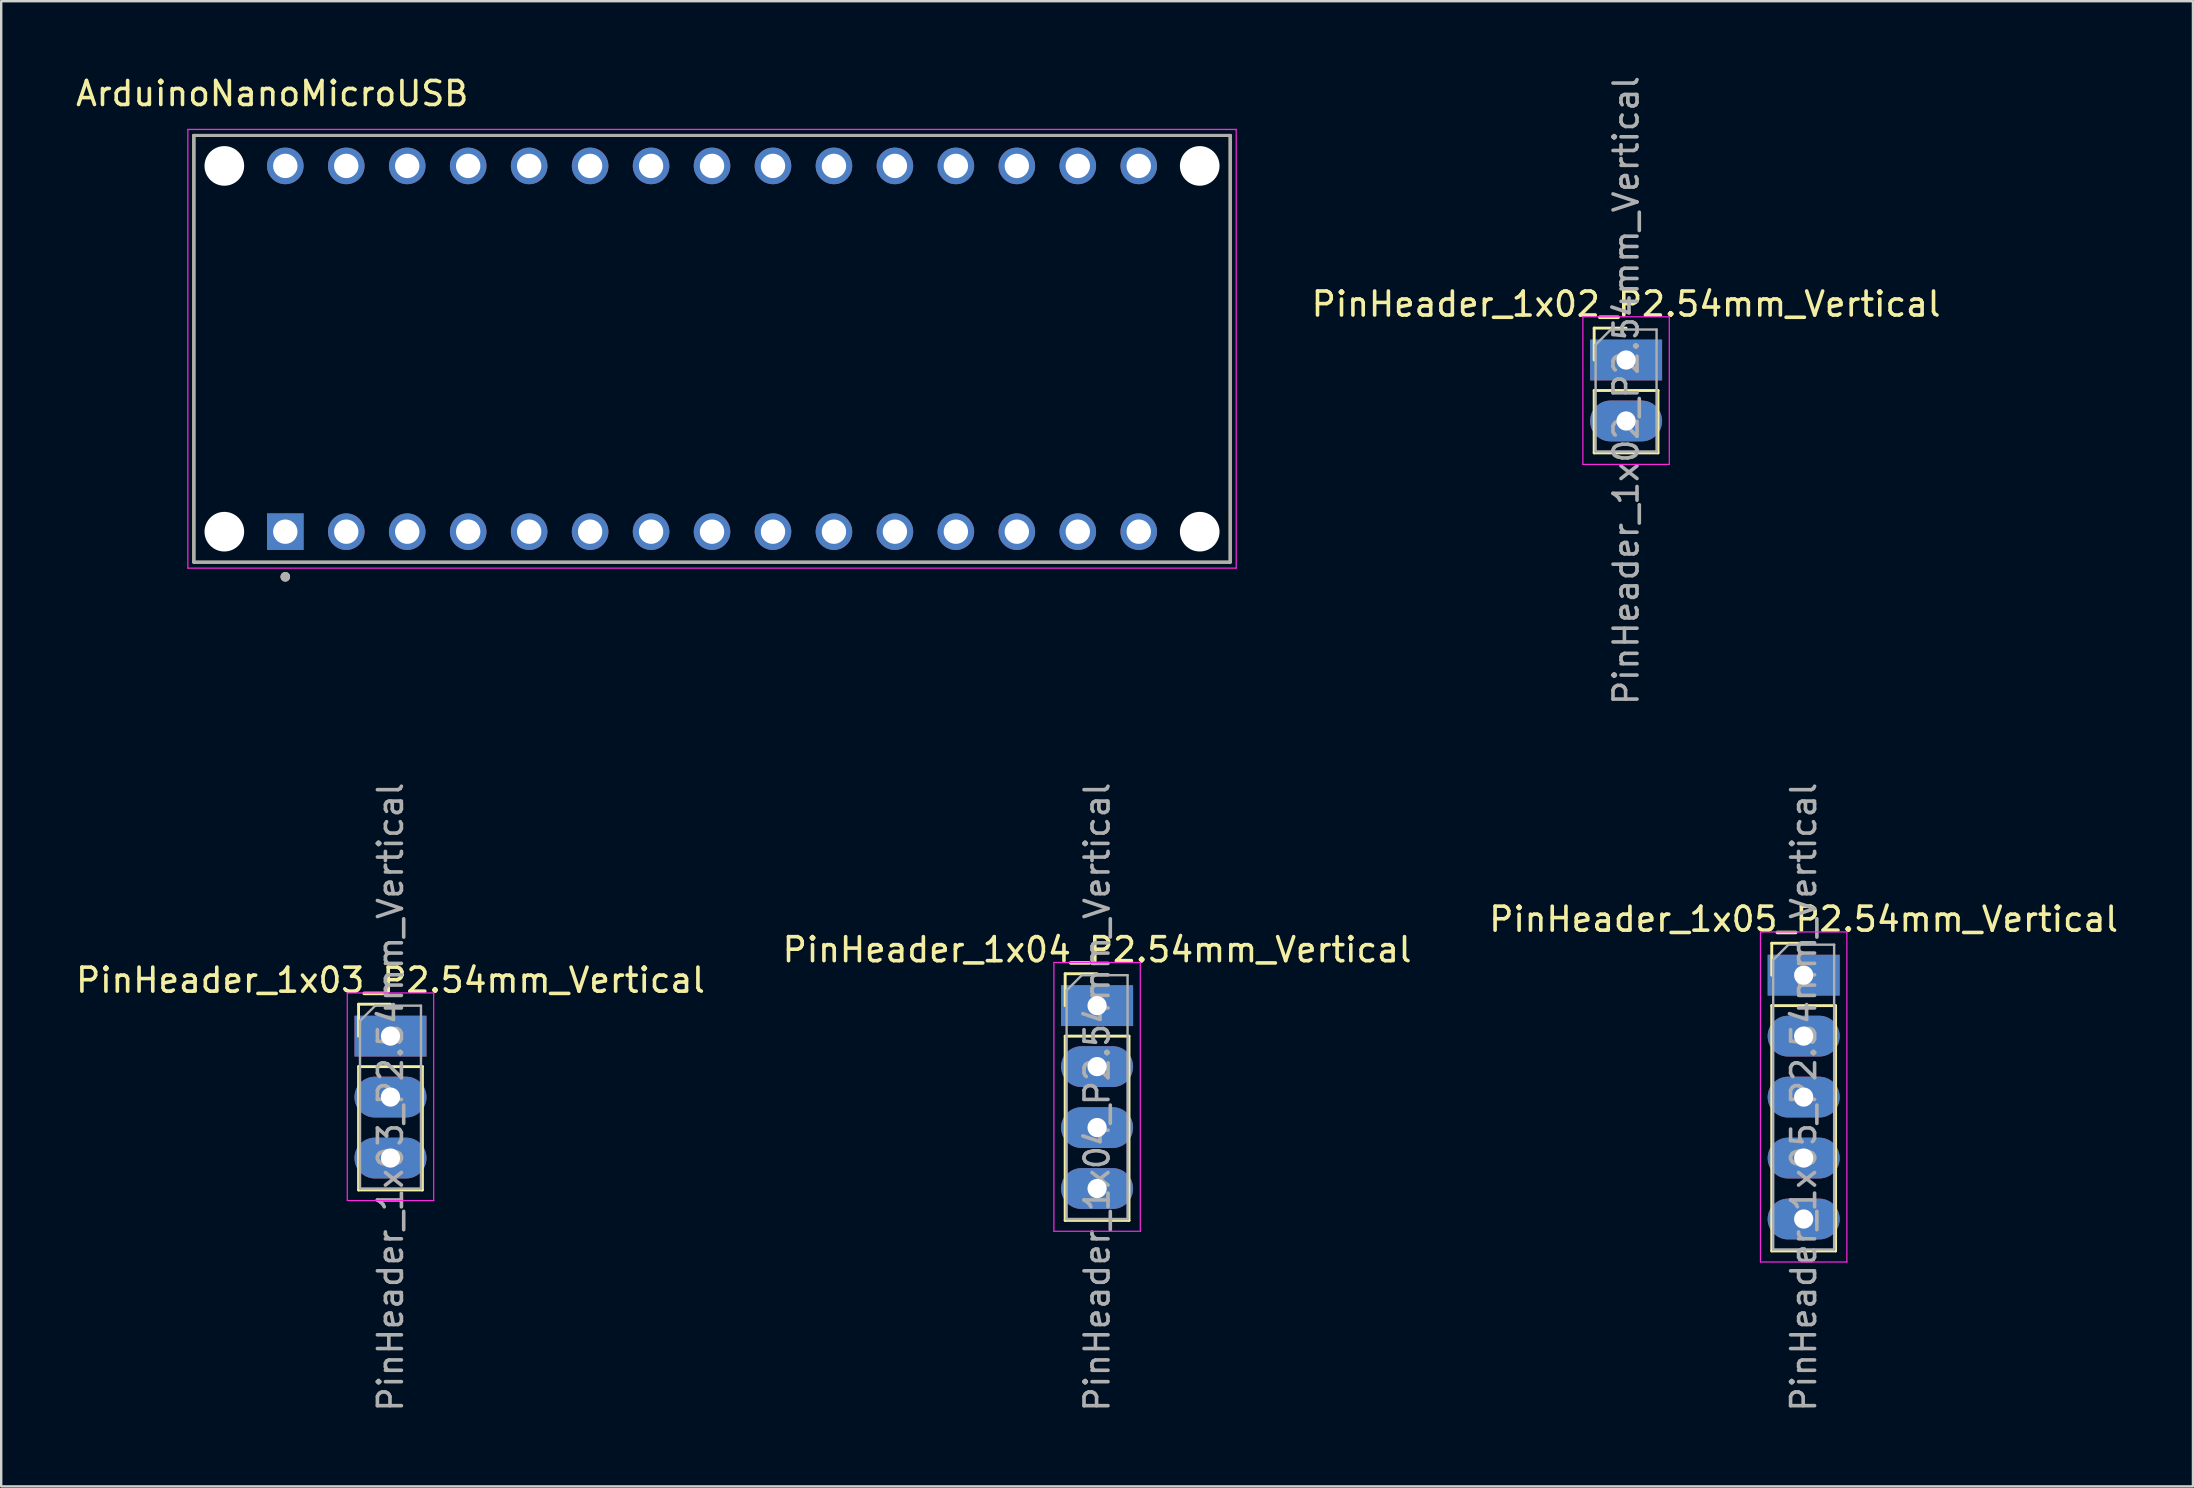
<source format=kicad_pcb>
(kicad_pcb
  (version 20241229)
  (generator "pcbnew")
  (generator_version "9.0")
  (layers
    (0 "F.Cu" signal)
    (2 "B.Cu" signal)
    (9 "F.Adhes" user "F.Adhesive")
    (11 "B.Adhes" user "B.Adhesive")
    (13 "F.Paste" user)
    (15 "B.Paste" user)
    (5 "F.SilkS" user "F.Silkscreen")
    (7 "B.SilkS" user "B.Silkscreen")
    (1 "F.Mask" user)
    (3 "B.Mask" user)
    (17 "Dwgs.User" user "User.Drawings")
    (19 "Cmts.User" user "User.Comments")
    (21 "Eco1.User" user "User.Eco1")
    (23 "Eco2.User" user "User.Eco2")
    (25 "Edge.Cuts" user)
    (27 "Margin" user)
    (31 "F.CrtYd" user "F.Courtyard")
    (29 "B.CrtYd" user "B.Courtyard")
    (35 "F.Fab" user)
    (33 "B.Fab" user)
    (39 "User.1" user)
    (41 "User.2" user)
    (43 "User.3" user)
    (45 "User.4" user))
  (footprint "ArduinoNanoMicroUSB"
    (layer "F.Cu")
    (at 26.617 11.483)
    (property "Reference" "ArduinoNanoMicroUSB" (at -18.325 -10.635 0) (layer "F.SilkS") (effects (font (size 1 1) (thickness 0.15))))
    (attr through_hole)
    (fp_line (start -21.59 -8.89) (end -21.59 8.89) (stroke (width 0.127) (type solid)) (layer "F.SilkS"))
    (fp_line (start -21.59 8.89) (end 21.59 8.89) (stroke (width 0.127) (type solid)) (layer "F.SilkS"))
    (fp_line (start 21.59 -8.89) (end -21.59 -8.89) (stroke (width 0.127) (type solid)) (layer "F.SilkS"))
    (fp_line (start 21.59 8.89) (end 21.59 -8.89) (stroke (width 0.127) (type solid)) (layer "F.SilkS"))
    (fp_circle (center -17.78 9.5) (end -17.68 9.5) (stroke (width 0.2) (type solid)) (fill no) (layer "F.SilkS"))
    (fp_line (start -21.84 -9.14) (end -21.84 9.14) (stroke (width 0.05) (type solid)) (layer "F.CrtYd"))
    (fp_line (start -21.84 9.14) (end 21.84 9.14) (stroke (width 0.05) (type solid)) (layer "F.CrtYd"))
    (fp_line (start 21.84 -9.14) (end -21.84 -9.14) (stroke (width 0.05) (type solid)) (layer "F.CrtYd"))
    (fp_line (start 21.84 9.14) (end 21.84 -9.14) (stroke (width 0.05) (type solid)) (layer "F.CrtYd"))
    (fp_line (start -21.59 -8.89) (end -21.59 8.89) (stroke (width 0.127) (type solid)) (layer "F.Fab"))
    (fp_line (start -21.59 8.89) (end 21.59 8.89) (stroke (width 0.127) (type solid)) (layer "F.Fab"))
    (fp_line (start 21.59 -8.89) (end -21.59 -8.89) (stroke (width 0.127) (type solid)) (layer "F.Fab"))
    (fp_line (start 21.59 8.89) (end 21.59 -8.89) (stroke (width 0.127) (type solid)) (layer "F.Fab"))
    (fp_circle (center -17.78 9.5) (end -17.68 9.5) (stroke (width 0.2) (type solid)) (fill no) (layer "F.Fab"))
    (pad "" np_thru_hole circle (at -20.32 -7.62) (size 1.651 1.651) (drill 1.651) (layers "*.Cu" "*.Mask"))
    (pad "" np_thru_hole circle (at -20.32 7.62) (size 1.651 1.651) (drill 1.651) (layers "*.Cu" "*.Mask"))
    (pad "" np_thru_hole circle (at 20.32 -7.62) (size 1.651 1.651) (drill 1.651) (layers "*.Cu" "*.Mask"))
    (pad "" np_thru_hole circle (at 20.32 7.62) (size 1.651 1.651) (drill 1.651) (layers "*.Cu" "*.Mask"))
    (pad "1" thru_hole rect (at -17.78 7.62) (size 1.524 1.524) (drill 1.016) (layers "*.Cu" "*.Mask"))
    (pad "2" thru_hole circle (at -15.24 7.62) (size 1.524 1.524) (drill 1.016) (layers "*.Cu" "*.Mask"))
    (pad "3" thru_hole circle (at -12.7 7.62) (size 1.524 1.524) (drill 1.016) (layers "*.Cu" "*.Mask"))
    (pad "4" thru_hole circle (at -10.16 7.62) (size 1.524 1.524) (drill 1.016) (layers "*.Cu" "*.Mask"))
    (pad "5" thru_hole circle (at -7.62 7.62) (size 1.524 1.524) (drill 1.016) (layers "*.Cu" "*.Mask"))
    (pad "6" thru_hole circle (at -5.08 7.62) (size 1.524 1.524) (drill 1.016) (layers "*.Cu" "*.Mask"))
    (pad "7" thru_hole circle (at -2.54 7.62) (size 1.524 1.524) (drill 1.016) (layers "*.Cu" "*.Mask"))
    (pad "8" thru_hole circle (at 0 7.62) (size 1.524 1.524) (drill 1.016) (layers "*.Cu" "*.Mask"))
    (pad "9" thru_hole circle (at 2.54 7.62) (size 1.524 1.524) (drill 1.016) (layers "*.Cu" "*.Mask"))
    (pad "10" thru_hole circle (at 5.08 7.62) (size 1.524 1.524) (drill 1.016) (layers "*.Cu" "*.Mask"))
    (pad "11" thru_hole circle (at 7.62 7.62) (size 1.524 1.524) (drill 1.016) (layers "*.Cu" "*.Mask"))
    (pad "12" thru_hole circle (at 10.16 7.62) (size 1.524 1.524) (drill 1.016) (layers "*.Cu" "*.Mask"))
    (pad "13" thru_hole circle (at 12.7 7.62) (size 1.524 1.524) (drill 1.016) (layers "*.Cu" "*.Mask"))
    (pad "14" thru_hole circle (at 15.24 7.62) (size 1.524 1.524) (drill 1.016) (layers "*.Cu" "*.Mask"))
    (pad "15" thru_hole circle (at 17.78 7.62) (size 1.524 1.524) (drill 1.016) (layers "*.Cu" "*.Mask"))
    (pad "16" thru_hole circle (at 17.78 -7.62) (size 1.524 1.524) (drill 1.016) (layers "*.Cu" "*.Mask"))
    (pad "17" thru_hole circle (at 15.24 -7.62) (size 1.524 1.524) (drill 1.016) (layers "*.Cu" "*.Mask"))
    (pad "18" thru_hole circle (at 12.7 -7.62) (size 1.524 1.524) (drill 1.016) (layers "*.Cu" "*.Mask"))
    (pad "19" thru_hole circle (at 10.16 -7.62) (size 1.524 1.524) (drill 1.016) (layers "*.Cu" "*.Mask"))
    (pad "20" thru_hole circle (at 7.62 -7.62) (size 1.524 1.524) (drill 1.016) (layers "*.Cu" "*.Mask"))
    (pad "21" thru_hole circle (at 5.08 -7.62) (size 1.524 1.524) (drill 1.016) (layers "*.Cu" "*.Mask"))
    (pad "22" thru_hole circle (at 2.54 -7.62) (size 1.524 1.524) (drill 1.016) (layers "*.Cu" "*.Mask"))
    (pad "23" thru_hole circle (at 0 -7.62) (size 1.524 1.524) (drill 1.016) (layers "*.Cu" "*.Mask"))
    (pad "24" thru_hole circle (at -2.54 -7.62) (size 1.524 1.524) (drill 1.016) (layers "*.Cu" "*.Mask"))
    (pad "25" thru_hole circle (at -5.08 -7.62) (size 1.524 1.524) (drill 1.016) (layers "*.Cu" "*.Mask"))
    (pad "26" thru_hole circle (at -7.62 -7.62) (size 1.524 1.524) (drill 1.016) (layers "*.Cu" "*.Mask"))
    (pad "27" thru_hole circle (at -10.16 -7.62) (size 1.524 1.524) (drill 1.016) (layers "*.Cu" "*.Mask"))
    (pad "28" thru_hole circle (at -12.7 -7.62) (size 1.524 1.524) (drill 1.016) (layers "*.Cu" "*.Mask"))
    (pad "29" thru_hole circle (at -15.24 -7.62) (size 1.524 1.524) (drill 1.016) (layers "*.Cu" "*.Mask"))
    (pad "30" thru_hole circle (at -17.78 -7.62) (size 1.524 1.524) (drill 1.016) (layers "*.Cu" "*.Mask")))
  (footprint "PinHeader_1x02_P2.54mm_Vertical"
    (layer "F.Cu")
    (at 64.702 11.95)
    (property "Reference" "PinHeader_1x02_P2.54mm_Vertical" (at 0 -2.33 0) (layer "F.SilkS") (effects (font (size 1 1) (thickness 0.15))))
    (attr through_hole)
    (fp_line (start -1.33 -1.33) (end 0 -1.33) (stroke (width 0.12) (type solid)) (layer "F.SilkS"))
    (fp_line (start -1.33 0) (end -1.33 -1.33) (stroke (width 0.12) (type solid)) (layer "F.SilkS"))
    (fp_line (start -1.33 1.27) (end -1.33 3.87) (stroke (width 0.12) (type solid)) (layer "F.SilkS"))
    (fp_line (start -1.33 1.27) (end 1.33 1.27) (stroke (width 0.12) (type solid)) (layer "F.SilkS"))
    (fp_line (start -1.33 3.87) (end 1.33 3.87) (stroke (width 0.12) (type solid)) (layer "F.SilkS"))
    (fp_line (start 1.33 1.27) (end 1.33 3.87) (stroke (width 0.12) (type solid)) (layer "F.SilkS"))
    (fp_line (start -1.8 -1.8) (end -1.8 4.35) (stroke (width 0.05) (type solid)) (layer "F.CrtYd"))
    (fp_line (start -1.8 4.35) (end 1.8 4.35) (stroke (width 0.05) (type solid)) (layer "F.CrtYd"))
    (fp_line (start 1.8 -1.8) (end -1.8 -1.8) (stroke (width 0.05) (type solid)) (layer "F.CrtYd"))
    (fp_line (start 1.8 4.35) (end 1.8 -1.8) (stroke (width 0.05) (type solid)) (layer "F.CrtYd"))
    (fp_line (start -1.27 -0.635) (end -0.635 -1.27) (stroke (width 0.1) (type solid)) (layer "F.Fab"))
    (fp_line (start -1.27 3.81) (end -1.27 -0.635) (stroke (width 0.1) (type solid)) (layer "F.Fab"))
    (fp_line (start -0.635 -1.27) (end 1.27 -1.27) (stroke (width 0.1) (type solid)) (layer "F.Fab"))
    (fp_line (start 1.27 -1.27) (end 1.27 3.81) (stroke (width 0.1) (type solid)) (layer "F.Fab"))
    (fp_line (start 1.27 3.81) (end -1.27 3.81) (stroke (width 0.1) (type solid)) (layer "F.Fab"))
    (fp_text user "${REFERENCE}" (at 0 1.27 90) (layer "F.Fab") (effects (font (size 1 1) (thickness 0.15))))
    (pad "1" thru_hole rect (at 0 0) (size 3 1.7) (drill 0.8) (layers "*.Cu" "*.Mask"))
    (pad "2" thru_hole oval (at 0 2.54) (size 3 1.7) (drill 0.8) (layers "*.Cu" "*.Mask")))
  (footprint "PinHeader_1x04_P2.54mm_Vertical"
    (layer "F.Cu")
    (at 42.661 38.851)
    (property "Reference" "PinHeader_1x04_P2.54mm_Vertical" (at 0 -2.33 0) (layer "F.SilkS") (effects (font (size 1 1) (thickness 0.15))))
    (attr through_hole)
    (fp_line (start -1.33 -1.33) (end 0 -1.33) (stroke (width 0.12) (type solid)) (layer "F.SilkS"))
    (fp_line (start -1.33 0) (end -1.33 -1.33) (stroke (width 0.12) (type solid)) (layer "F.SilkS"))
    (fp_line (start -1.33 1.27) (end -1.33 8.95) (stroke (width 0.12) (type solid)) (layer "F.SilkS"))
    (fp_line (start -1.33 1.27) (end 1.33 1.27) (stroke (width 0.12) (type solid)) (layer "F.SilkS"))
    (fp_line (start -1.33 8.95) (end 1.33 8.95) (stroke (width 0.12) (type solid)) (layer "F.SilkS"))
    (fp_line (start 1.33 1.27) (end 1.33 8.95) (stroke (width 0.12) (type solid)) (layer "F.SilkS"))
    (fp_line (start -1.8 -1.8) (end -1.8 9.4) (stroke (width 0.05) (type solid)) (layer "F.CrtYd"))
    (fp_line (start -1.8 9.4) (end 1.8 9.4) (stroke (width 0.05) (type solid)) (layer "F.CrtYd"))
    (fp_line (start 1.8 -1.8) (end -1.8 -1.8) (stroke (width 0.05) (type solid)) (layer "F.CrtYd"))
    (fp_line (start 1.8 9.4) (end 1.8 -1.8) (stroke (width 0.05) (type solid)) (layer "F.CrtYd"))
    (fp_line (start -1.27 -0.635) (end -0.635 -1.27) (stroke (width 0.1) (type solid)) (layer "F.Fab"))
    (fp_line (start -1.27 8.89) (end -1.27 -0.635) (stroke (width 0.1) (type solid)) (layer "F.Fab"))
    (fp_line (start -0.635 -1.27) (end 1.27 -1.27) (stroke (width 0.1) (type solid)) (layer "F.Fab"))
    (fp_line (start 1.27 -1.27) (end 1.27 8.89) (stroke (width 0.1) (type solid)) (layer "F.Fab"))
    (fp_line (start 1.27 8.89) (end -1.27 8.89) (stroke (width 0.1) (type solid)) (layer "F.Fab"))
    (fp_text user "${REFERENCE}" (at 0 3.81 90) (layer "F.Fab") (effects (font (size 1 1) (thickness 0.15))))
    (pad "1" thru_hole rect (at 0 0) (size 3 1.7) (drill 0.8) (layers "*.Cu" "*.Mask"))
    (pad "2" thru_hole oval (at 0 2.54) (size 3 1.7) (drill 0.8) (layers "*.Cu" "*.Mask"))
    (pad "3" thru_hole oval (at 0 5.08) (size 3 1.7) (drill 0.8) (layers "*.Cu" "*.Mask"))
    (pad "4" thru_hole oval (at 0 7.62) (size 3 1.7) (drill 0.8) (layers "*.Cu" "*.Mask")))
  (footprint "PinHeader_1x03_P2.54mm_Vertical"
    (layer "F.Cu")
    (at 13.22 40.121)
    (property "Reference" "PinHeader_1x03_P2.54mm_Vertical" (at 0 -2.33 0) (layer "F.SilkS") (effects (font (size 1 1) (thickness 0.15))))
    (attr through_hole)
    (fp_line (start -1.33 -1.33) (end 0 -1.33) (stroke (width 0.12) (type solid)) (layer "F.SilkS"))
    (fp_line (start -1.33 0) (end -1.33 -1.33) (stroke (width 0.12) (type solid)) (layer "F.SilkS"))
    (fp_line (start -1.33 1.27) (end -1.33 6.41) (stroke (width 0.12) (type solid)) (layer "F.SilkS"))
    (fp_line (start -1.33 1.27) (end 1.33 1.27) (stroke (width 0.12) (type solid)) (layer "F.SilkS"))
    (fp_line (start -1.33 6.41) (end 1.33 6.41) (stroke (width 0.12) (type solid)) (layer "F.SilkS"))
    (fp_line (start 1.33 1.27) (end 1.33 6.41) (stroke (width 0.12) (type solid)) (layer "F.SilkS"))
    (fp_line (start -1.8 -1.8) (end -1.8 6.85) (stroke (width 0.05) (type solid)) (layer "F.CrtYd"))
    (fp_line (start -1.8 6.85) (end 1.8 6.85) (stroke (width 0.05) (type solid)) (layer "F.CrtYd"))
    (fp_line (start 1.8 -1.8) (end -1.8 -1.8) (stroke (width 0.05) (type solid)) (layer "F.CrtYd"))
    (fp_line (start 1.8 6.85) (end 1.8 -1.8) (stroke (width 0.05) (type solid)) (layer "F.CrtYd"))
    (fp_line (start -1.27 -0.635) (end -0.635 -1.27) (stroke (width 0.1) (type solid)) (layer "F.Fab"))
    (fp_line (start -1.27 6.35) (end -1.27 -0.635) (stroke (width 0.1) (type solid)) (layer "F.Fab"))
    (fp_line (start -0.635 -1.27) (end 1.27 -1.27) (stroke (width 0.1) (type solid)) (layer "F.Fab"))
    (fp_line (start 1.27 -1.27) (end 1.27 6.35) (stroke (width 0.1) (type solid)) (layer "F.Fab"))
    (fp_line (start 1.27 6.35) (end -1.27 6.35) (stroke (width 0.1) (type solid)) (layer "F.Fab"))
    (fp_text user "${REFERENCE}" (at 0 2.54 90) (layer "F.Fab") (effects (font (size 1 1) (thickness 0.15))))
    (pad "1" thru_hole rect (at 0 0) (size 3 1.7) (drill 0.8) (layers "*.Cu" "*.Mask"))
    (pad "2" thru_hole oval (at 0 2.54) (size 3 1.7) (drill 0.8) (layers "*.Cu" "*.Mask"))
    (pad "3" thru_hole oval (at 0 5.08) (size 3 1.7) (drill 0.8) (layers "*.Cu" "*.Mask")))
  (footprint "PinHeader_1x05_P2.54mm_Vertical"
    (layer "F.Cu")
    (at 72.101 37.581)
    (property "Reference" "PinHeader_1x05_P2.54mm_Vertical" (at 0 -2.33 0) (layer "F.SilkS") (effects (font (size 1 1) (thickness 0.15))))
    (attr through_hole)
    (fp_line (start -1.33 -1.33) (end 0 -1.33) (stroke (width 0.12) (type solid)) (layer "F.SilkS"))
    (fp_line (start -1.33 0) (end -1.33 -1.33) (stroke (width 0.12) (type solid)) (layer "F.SilkS"))
    (fp_line (start -1.33 1.27) (end -1.33 11.49) (stroke (width 0.12) (type solid)) (layer "F.SilkS"))
    (fp_line (start -1.33 1.27) (end 1.33 1.27) (stroke (width 0.12) (type solid)) (layer "F.SilkS"))
    (fp_line (start -1.33 11.49) (end 1.33 11.49) (stroke (width 0.12) (type solid)) (layer "F.SilkS"))
    (fp_line (start 1.33 1.27) (end 1.33 11.49) (stroke (width 0.12) (type solid)) (layer "F.SilkS"))
    (fp_line (start -1.8 -1.8) (end -1.8 11.95) (stroke (width 0.05) (type solid)) (layer "F.CrtYd"))
    (fp_line (start -1.8 11.95) (end 1.8 11.95) (stroke (width 0.05) (type solid)) (layer "F.CrtYd"))
    (fp_line (start 1.8 -1.8) (end -1.8 -1.8) (stroke (width 0.05) (type solid)) (layer "F.CrtYd"))
    (fp_line (start 1.8 11.95) (end 1.8 -1.8) (stroke (width 0.05) (type solid)) (layer "F.CrtYd"))
    (fp_line (start -1.27 -0.635) (end -0.635 -1.27) (stroke (width 0.1) (type solid)) (layer "F.Fab"))
    (fp_line (start -1.27 11.43) (end -1.27 -0.635) (stroke (width 0.1) (type solid)) (layer "F.Fab"))
    (fp_line (start -0.635 -1.27) (end 1.27 -1.27) (stroke (width 0.1) (type solid)) (layer "F.Fab"))
    (fp_line (start 1.27 -1.27) (end 1.27 11.43) (stroke (width 0.1) (type solid)) (layer "F.Fab"))
    (fp_line (start 1.27 11.43) (end -1.27 11.43) (stroke (width 0.1) (type solid)) (layer "F.Fab"))
    (fp_text user "${REFERENCE}" (at 0 5.08 90) (layer "F.Fab") (effects (font (size 1 1) (thickness 0.15))))
    (pad "1" thru_hole rect (at 0 0) (size 3 1.7) (drill 0.8) (layers "*.Cu" "*.Mask"))
    (pad "2" thru_hole oval (at 0 2.54) (size 3 1.7) (drill 0.8) (layers "*.Cu" "*.Mask"))
    (pad "3" thru_hole oval (at 0 5.08) (size 3 1.7) (drill 0.8) (layers "*.Cu" "*.Mask"))
    (pad "4" thru_hole oval (at 0 7.62) (size 3 1.7) (drill 0.8) (layers "*.Cu" "*.Mask"))
    (pad "5" thru_hole oval (at 0 10.16) (size 3 1.7) (drill 0.8) (layers "*.Cu" "*.Mask")))
  (gr_rect
    (start -3 -3)
    (end 88.321 58.881)
    (stroke (width 0.1) (type default))
    (fill no)
    (layer "Edge.Cuts")))
</source>
